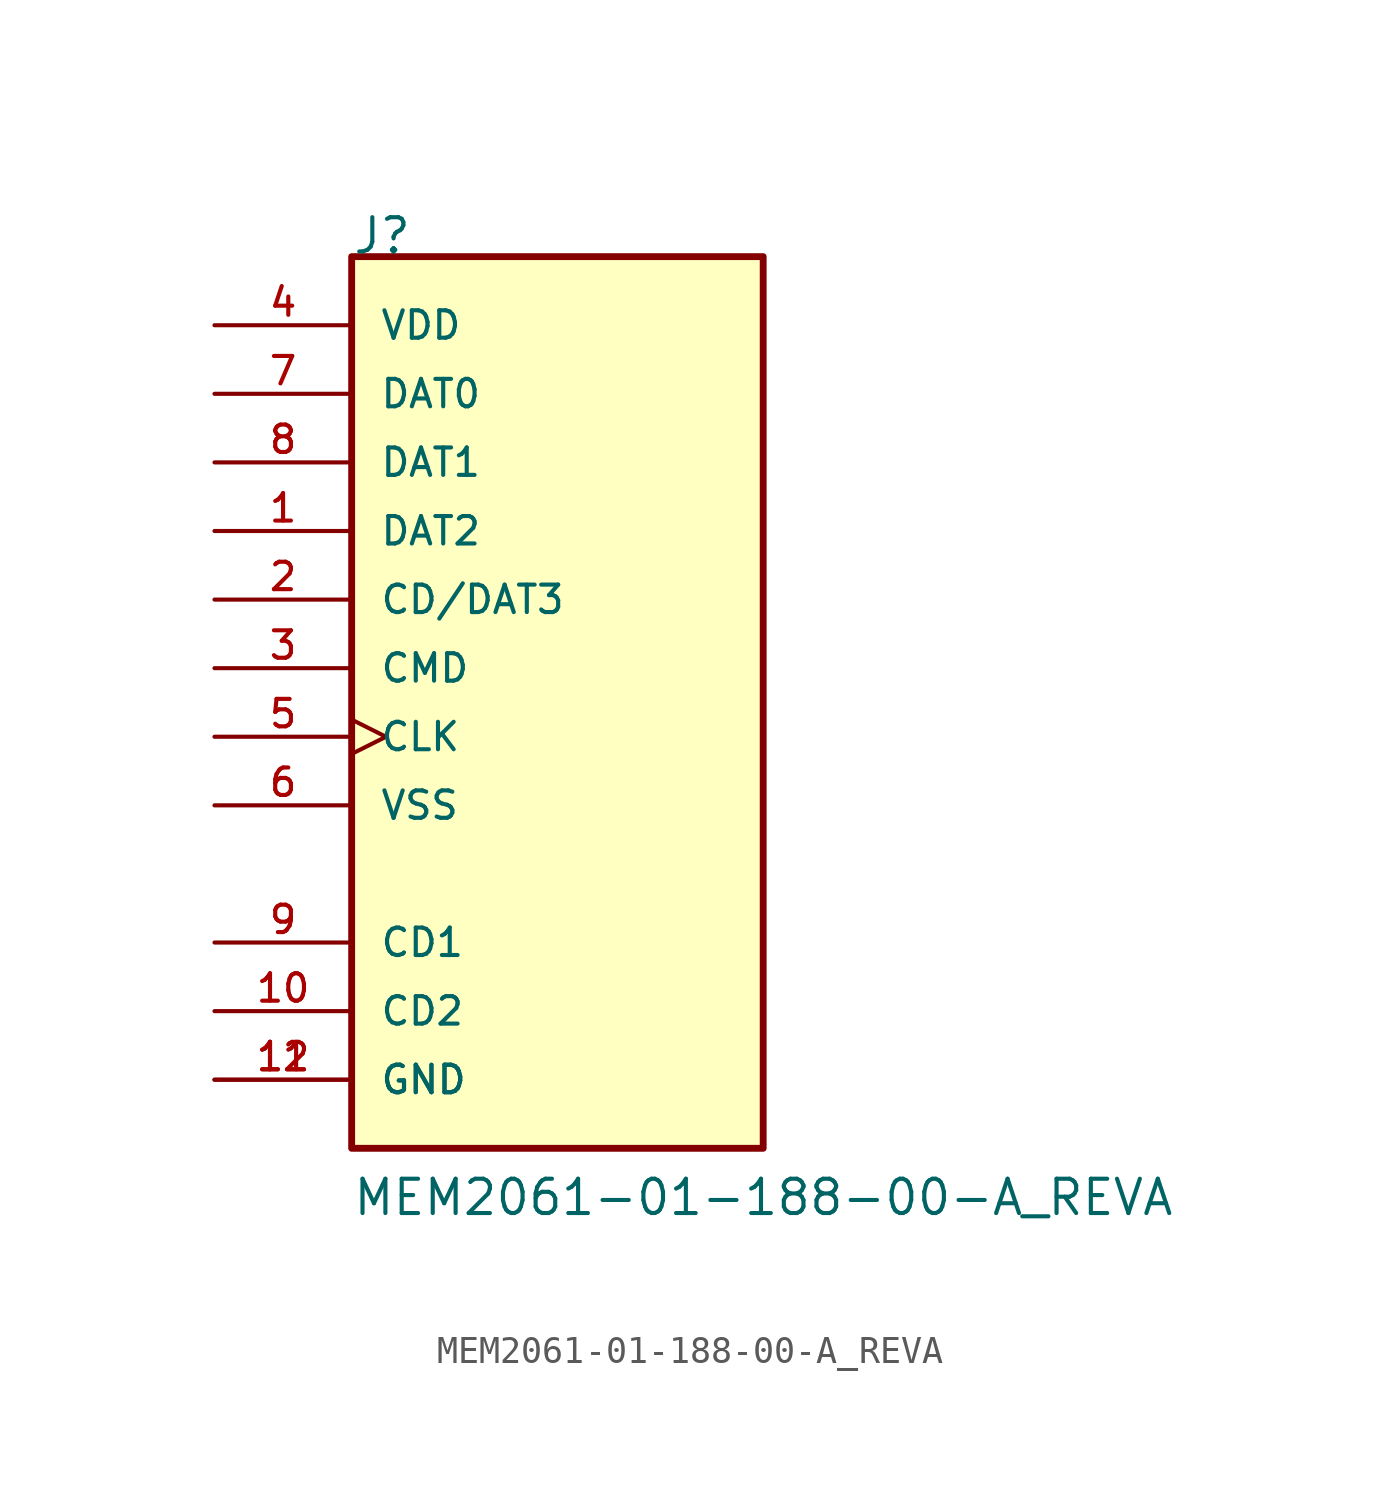
<source format=kicad_sym>
(kicad_symbol_lib
  (version 20211014)
  (generator kicad_symbol_editor)
  (symbol "MEM2061-01-188-00-A_REVA"
    (pin_names
      (offset 1.016))
    (property "Reference" "J"
      (at 0.0 15.268 0)
      (effects (font (size 1.27 1.27)) (justify bottom left)))
    (property "Value" "MEM2061-01-188-00-A_REVA"
      (at 0.0 -20.341 0)
      (effects (font (size 1.27 1.27)) (justify bottom left)))
    (symbol "MEM2061-01-188-00-A_REVA_0_0"
      (rectangle (start -8.881784197e-16 -17.78) (end 15.24 15.24) (stroke (width 0.254)) (fill (type background)))
      (pin bidirectional line (at -5.08 10.16 0) (length 5.08) (name "DAT0" (effects (font (size 1.016 1.016)))) (number "7" (effects (font (size 1.016 1.016)))))
      (pin bidirectional line (at -5.08 7.62 0) (length 5.08) (name "DAT1" (effects (font (size 1.016 1.016)))) (number "8" (effects (font (size 1.016 1.016)))))
      (pin bidirectional line (at -5.08 5.08 0) (length 5.08) (name "DAT2" (effects (font (size 1.016 1.016)))) (number "1" (effects (font (size 1.016 1.016)))))
      (pin bidirectional line (at -5.08 2.54 0) (length 5.08) (name "CD/DAT3" (effects (font (size 1.016 1.016)))) (number "2" (effects (font (size 1.016 1.016)))))
      (pin bidirectional line (at -5.08 0.0 0) (length 5.08) (name "CMD" (effects (font (size 1.016 1.016)))) (number "3" (effects (font (size 1.016 1.016)))))
      (pin bidirectional clock (at -5.08 -2.54 0) (length 5.08) (name "CLK" (effects (font (size 1.016 1.016)))) (number "5" (effects (font (size 1.016 1.016)))))
      (pin power_in line (at -5.08 12.7 0) (length 5.08) (name "VDD" (effects (font (size 1.016 1.016)))) (number "4" (effects (font (size 1.016 1.016)))))
      (pin power_in line (at -5.08 -5.08 0) (length 5.08) (name "VSS" (effects (font (size 1.016 1.016)))) (number "6" (effects (font (size 1.016 1.016)))))
      (pin passive line (at -5.08 -12.7 0) (length 5.08) (name "CD2" (effects (font (size 1.016 1.016)))) (number "10" (effects (font (size 1.016 1.016)))))
      (pin power_in line (at -5.08 -15.24 0) (length 5.08) (name "GND" (effects (font (size 1.016 1.016)))) (number "11" (effects (font (size 1.016 1.016)))))
      (pin power_in line (at -5.08 -15.24 0) (length 5.08) (name "GND" (effects (font (size 1.016 1.016)))) (number "12" (effects (font (size 1.016 1.016)))))
      (pin passive line (at -5.08 -10.16 0) (length 5.08) (name "CD1" (effects (font (size 1.016 1.016)))) (number "9" (effects (font (size 1.016 1.016))))))))
</source>
